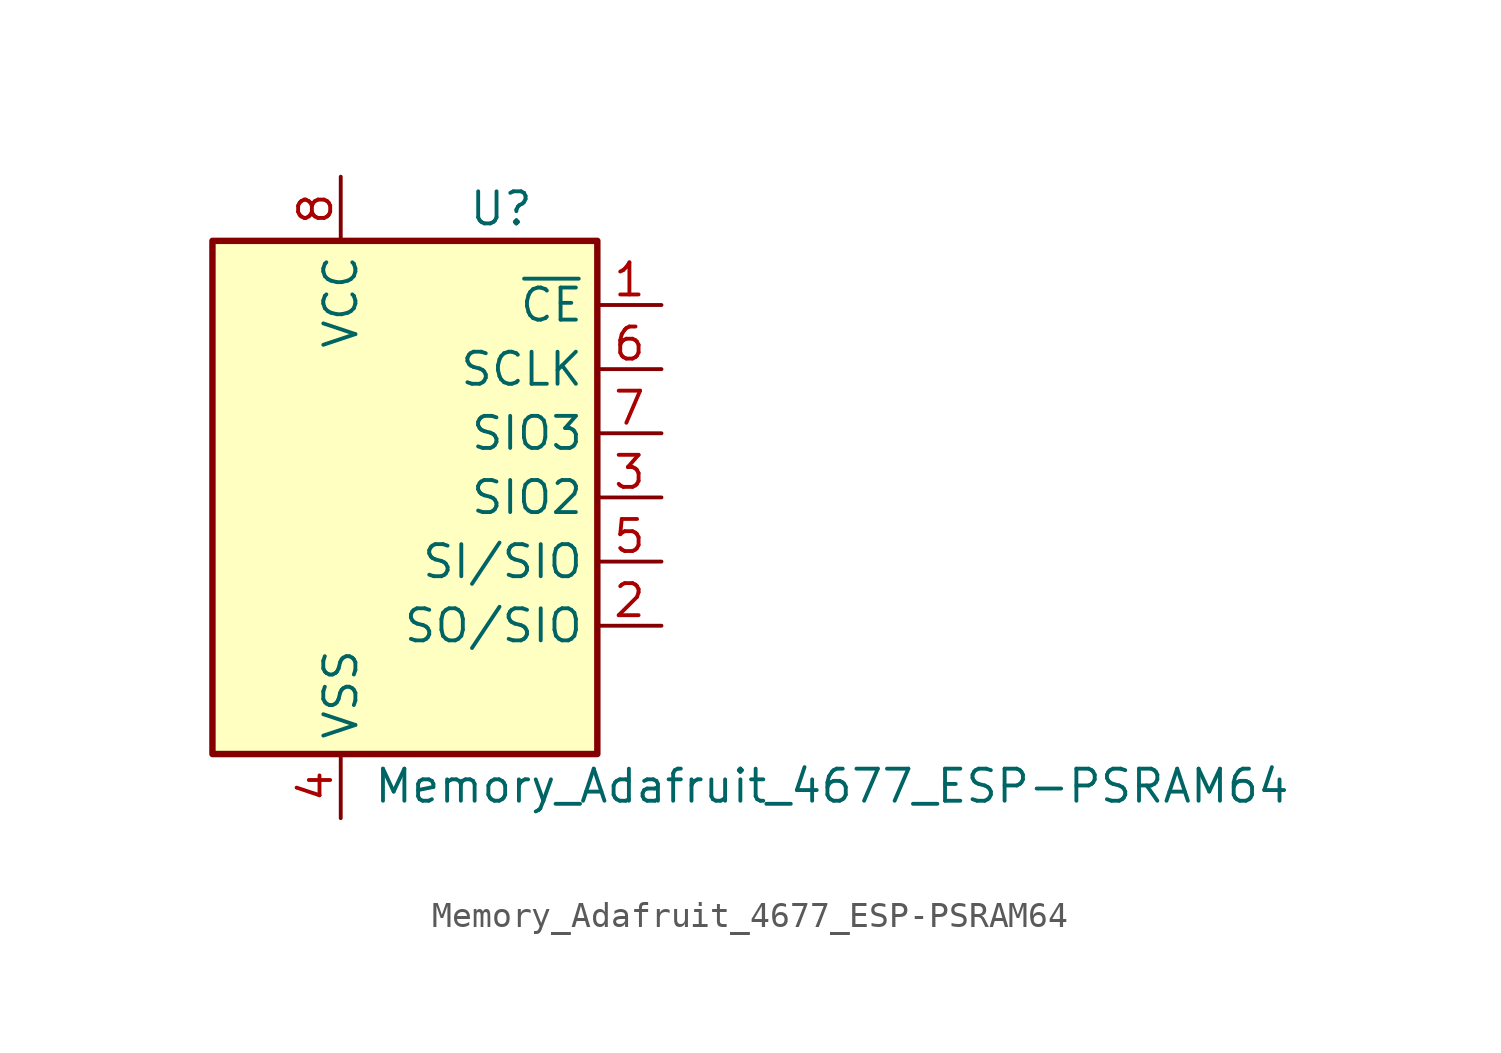
<source format=kicad_sym>
(kicad_symbol_lib
  (version 20231120)
  (generator "kicad_symbol_editor")
  (generator_version "8.0")
  (symbol "Memory_Adafruit_4677_ESP-PSRAM64"
    (property "Reference" "U"
      (at 3.81 11.43 0)
      (effects (font (size 1.27 1.27))))
    (property "Value" "Memory_Adafruit_4677_ESP-PSRAM64"
      (at -1.27 -11.43 0)
      (effects (font (size 1.27 1.27)) (justify left)))
    (symbol "Memory_Adafruit_4677_ESP-PSRAM64_0_1"
      (rectangle (start -7.62 10.16) (end 7.62 -10.16) (stroke (width 0.254) (type default)) (fill (type background))))
    (symbol "Memory_Adafruit_4677_ESP-PSRAM64_1_1"
      (pin input line (at 10.16 7.62 180) (length 2.54) (name "~{CE}" (effects (font (size 1.27 1.27)))) (number "1" (effects (font (size 1.27 1.27)))))
      (pin output line (at 10.16 -5.08 180) (length 2.54) (name "SO/SIO" (effects (font (size 1.27 1.27)))) (number "2" (effects (font (size 1.27 1.27)))))
      (pin bidirectional line (at 10.16 0 180) (length 2.54) (name "SIO2" (effects (font (size 1.27 1.27)))) (number "3" (effects (font (size 1.27 1.27)))))
      (pin power_in line (at -2.54 -12.7 90) (length 2.54) (name "VSS" (effects (font (size 1.27 1.27)))) (number "4" (effects (font (size 1.27 1.27)))))
      (pin input line (at 10.16 -2.54 180) (length 2.54) (name "SI/SIO" (effects (font (size 1.27 1.27)))) (number "5" (effects (font (size 1.27 1.27)))))
      (pin output line (at 10.16 5.08 180) (length 2.54) (name "SCLK" (effects (font (size 1.27 1.27)))) (number "6" (effects (font (size 1.27 1.27)))))
      (pin bidirectional line (at 10.16 2.54 180) (length 2.54) (name "SIO3" (effects (font (size 1.27 1.27)))) (number "7" (effects (font (size 1.27 1.27)))))
      (pin power_in line (at -2.54 12.7 270) (length 2.54) (name "VCC" (effects (font (size 1.27 1.27)))) (number "8" (effects (font (size 1.27 1.27))))))))
</source>
